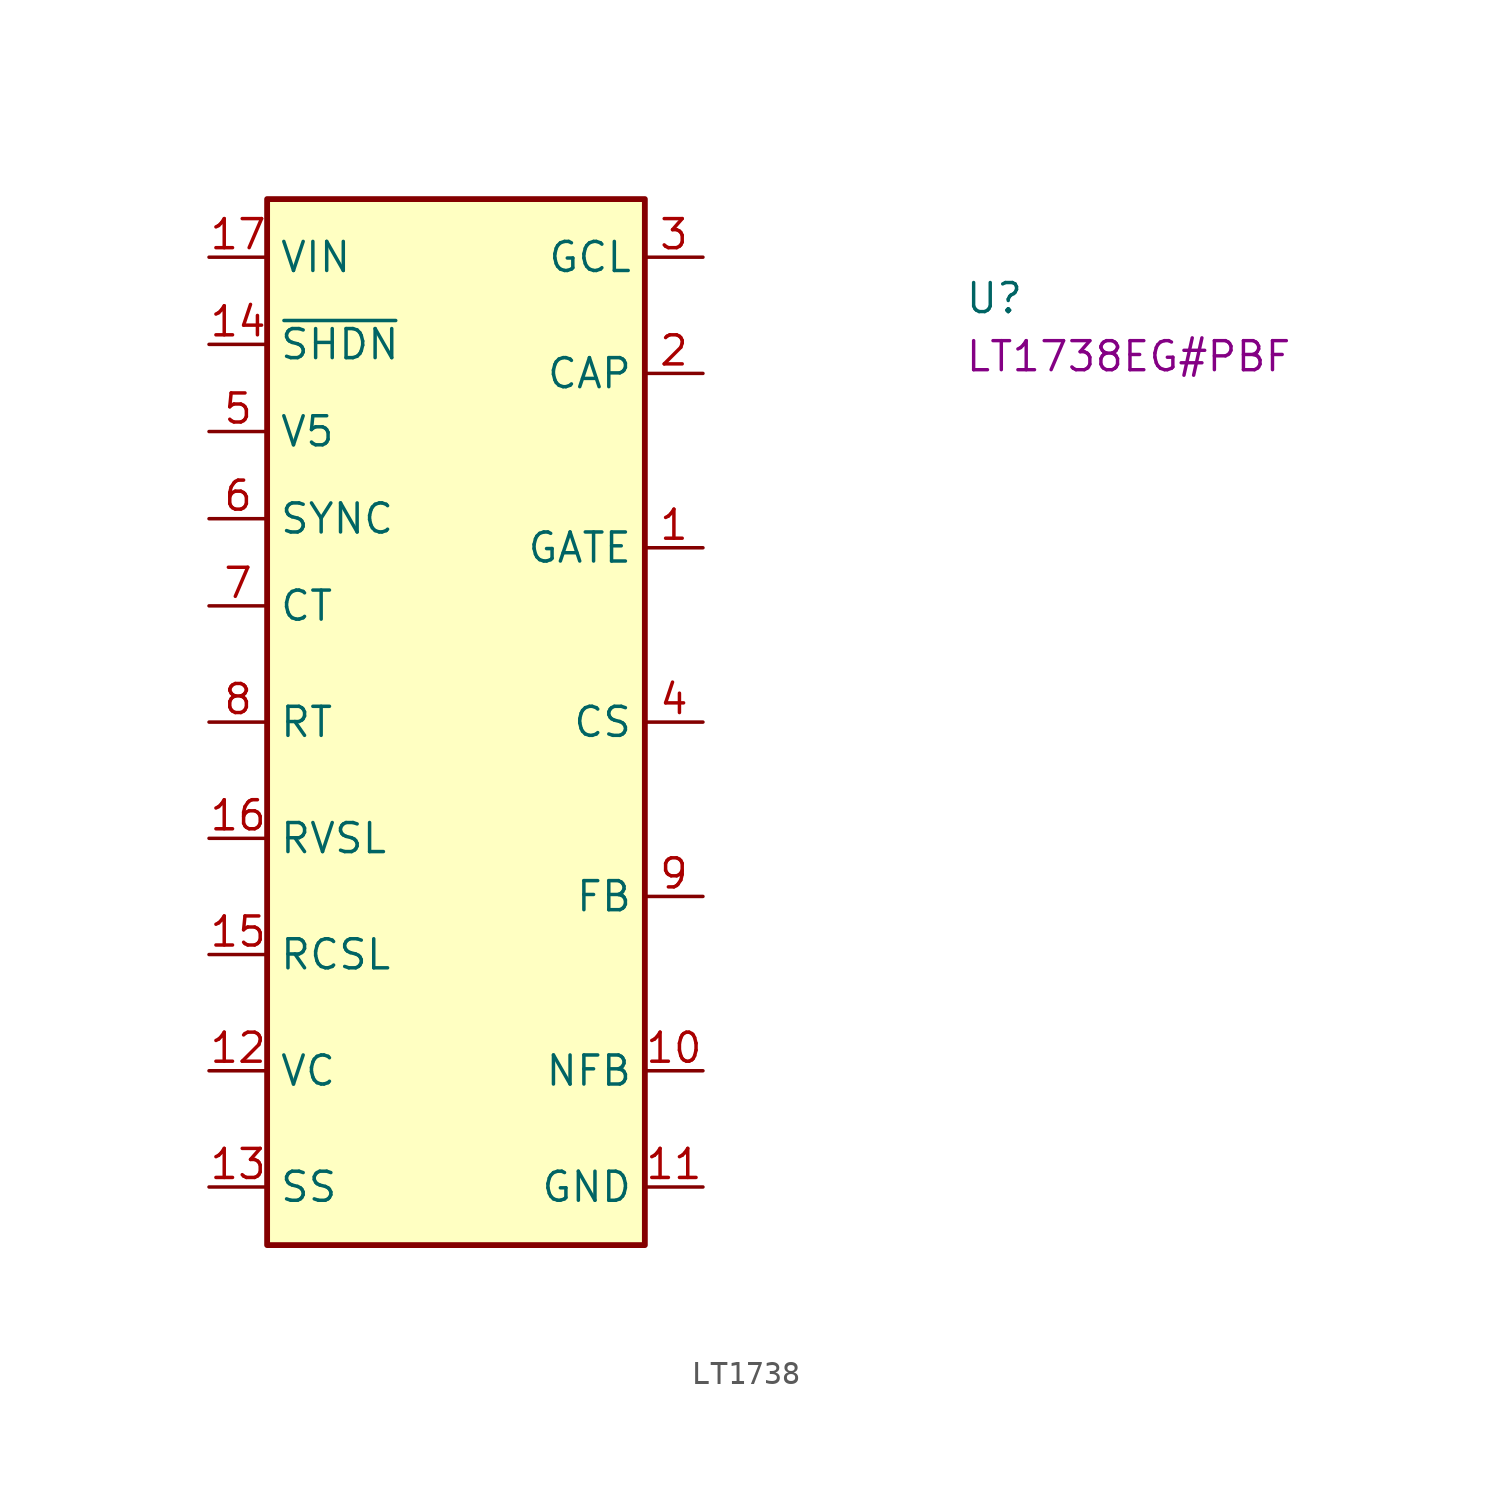
<source format=kicad_sym>
(kicad_symbol_lib
  (version 20220914)
  (generator kicad_symbol_editor)
  (symbol "LT1738"
    (property "Reference" "U"
      (at 33.02 -2.54 0)
      (effects (font (size 1.27 1.27) (thickness 0.15)) (justify left bottom)))
    (property "MPN" "LT1738EG#PBF"
      (at 33.02 -5.08 0)
      (effects (font (size 1.27 1.27) (thickness 0.15)) (justify left bottom)))
    (symbol "LT1738_1_1"
      (rectangle (start 2.54 2.54) (end 19.05 -43.18) (stroke (width 0.254) (type default)) (fill (type background)))
      (pin output line (at 21.59 -12.7 180) (length 2.54) (name "GATE" (effects (font (size 1.27 1.27)))) (number "1" (effects (font (size 1.27 1.27)))))
      (pin input line (at 21.59 -35.56 180) (length 2.54) (name "NFB" (effects (font (size 1.27 1.27)))) (number "10" (effects (font (size 1.27 1.27)))))
      (pin power_in line (at 21.59 -40.64 180) (length 2.54) (name "GND" (effects (font (size 1.27 1.27)))) (number "11" (effects (font (size 1.27 1.27)))))
      (pin bidirectional line (at 0 -35.56 0) (length 2.54) (name "VC" (effects (font (size 1.27 1.27)))) (number "12" (effects (font (size 1.27 1.27)))))
      (pin input line (at 0 -40.64 0) (length 2.54) (name "SS" (effects (font (size 1.27 1.27)))) (number "13" (effects (font (size 1.27 1.27)))))
      (pin input line (at 0 -3.81 0) (length 2.54) (name "~{SHDN}" (effects (font (size 1.27 1.27)))) (number "14" (effects (font (size 1.27 1.27)))))
      (pin input line (at 0 -30.48 0) (length 2.54) (name "RCSL" (effects (font (size 1.27 1.27)))) (number "15" (effects (font (size 1.27 1.27)))))
      (pin input line (at 0 -25.4 0) (length 2.54) (name "RVSL" (effects (font (size 1.27 1.27)))) (number "16" (effects (font (size 1.27 1.27)))))
      (pin power_in line (at 0 0 0) (length 2.54) (name "VIN" (effects (font (size 1.27 1.27)))) (number "17" (effects (font (size 1.27 1.27)))))
      (pin no_connect line (at 12.7 -43.18 90) (length 2.54) hide (name "NC" (effects (font (size 1.27 1.27)))) (number "18" (effects (font (size 1.27 1.27)))))
      (pin no_connect line (at 8.89 -43.18 90) (length 2.54) hide (name "NC" (effects (font (size 1.27 1.27)))) (number "19" (effects (font (size 1.27 1.27)))))
      (pin output line (at 21.59 -5.08 180) (length 2.54) (name "CAP" (effects (font (size 1.27 1.27)))) (number "2" (effects (font (size 1.27 1.27)))))
      (pin power_in line (at 21.59 -40.64 180) (length 2.54) hide (name "PGND" (effects (font (size 1.27 1.27)))) (number "20" (effects (font (size 1.27 1.27)))))
      (pin input line (at 21.59 0 180) (length 2.54) (name "GCL" (effects (font (size 1.27 1.27)))) (number "3" (effects (font (size 1.27 1.27)))))
      (pin input line (at 21.59 -20.32 180) (length 2.54) (name "CS" (effects (font (size 1.27 1.27)))) (number "4" (effects (font (size 1.27 1.27)))))
      (pin power_out line (at 0 -7.62 0) (length 2.54) (name "V5" (effects (font (size 1.27 1.27)))) (number "5" (effects (font (size 1.27 1.27)))))
      (pin input line (at 0 -11.43 0) (length 2.54) (name "SYNC" (effects (font (size 1.27 1.27)))) (number "6" (effects (font (size 1.27 1.27)))))
      (pin input line (at 0 -15.24 0) (length 2.54) (name "CT" (effects (font (size 1.27 1.27)))) (number "7" (effects (font (size 1.27 1.27)))))
      (pin input line (at 0 -20.32 0) (length 2.54) (name "RT" (effects (font (size 1.27 1.27)))) (number "8" (effects (font (size 1.27 1.27)))))
      (pin input line (at 21.59 -27.94 180) (length 2.54) (name "FB" (effects (font (size 1.27 1.27)))) (number "9" (effects (font (size 1.27 1.27))))))))
</source>
